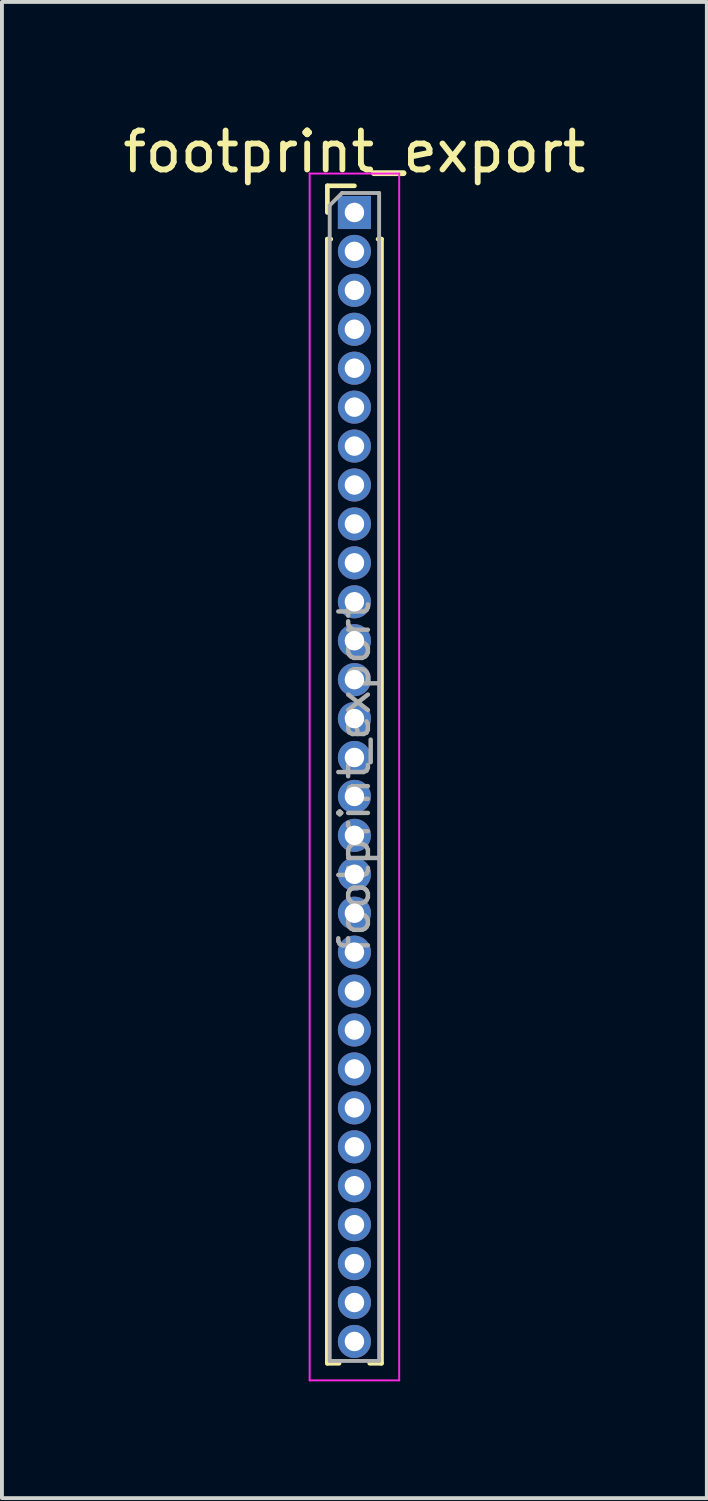
<source format=kicad_pcb>
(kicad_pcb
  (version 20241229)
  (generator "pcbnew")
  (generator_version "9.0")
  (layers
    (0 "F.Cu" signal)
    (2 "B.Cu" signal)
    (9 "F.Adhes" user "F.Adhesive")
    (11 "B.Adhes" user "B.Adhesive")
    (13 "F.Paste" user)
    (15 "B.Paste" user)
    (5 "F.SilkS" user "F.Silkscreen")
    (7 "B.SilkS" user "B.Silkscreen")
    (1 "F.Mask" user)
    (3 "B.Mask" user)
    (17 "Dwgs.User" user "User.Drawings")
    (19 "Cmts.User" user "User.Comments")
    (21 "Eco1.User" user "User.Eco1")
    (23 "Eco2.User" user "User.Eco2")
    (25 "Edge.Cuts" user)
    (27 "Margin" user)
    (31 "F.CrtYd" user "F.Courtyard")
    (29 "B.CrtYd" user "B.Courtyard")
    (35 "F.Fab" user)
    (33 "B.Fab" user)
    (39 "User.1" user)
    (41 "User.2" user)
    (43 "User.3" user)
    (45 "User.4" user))
  (footprint "footprint_export"
    (layer "F.Cu")
    (at 6.054 2.408)
    (property "Reference" "footprint_export" (at 0 -1.56 0) (layer "F.SilkS") (effects (font (size 1 1) (thickness 0.15))))
    (attr through_hole)
    (fp_line (start -0.695 -0.685) (end 0 -0.685) (stroke (width 0.12) (type solid)) (layer "F.SilkS"))
    (fp_line (start -0.695 0) (end -0.695 -0.685) (stroke (width 0.12) (type solid)) (layer "F.SilkS"))
    (fp_line (start -0.695 0.685) (end -0.695 29.56) (stroke (width 0.12) (type solid)) (layer "F.SilkS"))
    (fp_line (start -0.695 0.685) (end -0.608 0.685) (stroke (width 0.12) (type solid)) (layer "F.SilkS"))
    (fp_line (start -0.695 29.56) (end -0.394 29.56) (stroke (width 0.12) (type solid)) (layer "F.SilkS"))
    (fp_line (start 0.394 29.56) (end 0.695 29.56) (stroke (width 0.12) (type solid)) (layer "F.SilkS"))
    (fp_line (start 0.608 0.685) (end 0.695 0.685) (stroke (width 0.12) (type solid)) (layer "F.SilkS"))
    (fp_line (start 0.695 0.685) (end 0.695 29.56) (stroke (width 0.12) (type solid)) (layer "F.SilkS"))
    (fp_line (start -1.15 -1) (end -1.15 30) (stroke (width 0.05) (type solid)) (layer "F.CrtYd"))
    (fp_line (start -1.15 30) (end 1.15 30) (stroke (width 0.05) (type solid)) (layer "F.CrtYd"))
    (fp_line (start 1.15 -1) (end -1.15 -1) (stroke (width 0.05) (type solid)) (layer "F.CrtYd"))
    (fp_line (start 1.15 30) (end 1.15 -1) (stroke (width 0.05) (type solid)) (layer "F.CrtYd"))
    (fp_line (start -0.635 -0.182) (end -0.318 -0.5) (stroke (width 0.1) (type solid)) (layer "F.Fab"))
    (fp_line (start -0.635 29.5) (end -0.635 -0.182) (stroke (width 0.1) (type solid)) (layer "F.Fab"))
    (fp_line (start -0.318 -0.5) (end 0.635 -0.5) (stroke (width 0.1) (type solid)) (layer "F.Fab"))
    (fp_line (start 0.635 -0.5) (end 0.635 29.5) (stroke (width 0.1) (type solid)) (layer "F.Fab"))
    (fp_line (start 0.635 29.5) (end -0.635 29.5) (stroke (width 0.1) (type solid)) (layer "F.Fab"))
    (fp_text user "${REFERENCE}" (at 0 14.5 90) (layer "F.Fab") (effects (font (size 0.76 0.76) (thickness 0.114))))
    (pad "1" thru_hole rect (at 0 0) (size 0.85 0.85) (drill 0.5) (layers "*.Cu" "*.Mask"))
    (pad "2" thru_hole oval (at 0 1) (size 0.85 0.85) (drill 0.5) (layers "*.Cu" "*.Mask"))
    (pad "3" thru_hole oval (at 0 2) (size 0.85 0.85) (drill 0.5) (layers "*.Cu" "*.Mask"))
    (pad "4" thru_hole oval (at 0 3) (size 0.85 0.85) (drill 0.5) (layers "*.Cu" "*.Mask"))
    (pad "5" thru_hole oval (at 0 4) (size 0.85 0.85) (drill 0.5) (layers "*.Cu" "*.Mask"))
    (pad "6" thru_hole oval (at 0 5) (size 0.85 0.85) (drill 0.5) (layers "*.Cu" "*.Mask"))
    (pad "7" thru_hole oval (at 0 6) (size 0.85 0.85) (drill 0.5) (layers "*.Cu" "*.Mask"))
    (pad "8" thru_hole oval (at 0 7) (size 0.85 0.85) (drill 0.5) (layers "*.Cu" "*.Mask"))
    (pad "9" thru_hole oval (at 0 8) (size 0.85 0.85) (drill 0.5) (layers "*.Cu" "*.Mask"))
    (pad "10" thru_hole oval (at 0 9) (size 0.85 0.85) (drill 0.5) (layers "*.Cu" "*.Mask"))
    (pad "11" thru_hole oval (at 0 10) (size 0.85 0.85) (drill 0.5) (layers "*.Cu" "*.Mask"))
    (pad "12" thru_hole oval (at 0 11) (size 0.85 0.85) (drill 0.5) (layers "*.Cu" "*.Mask"))
    (pad "13" thru_hole oval (at 0 12) (size 0.85 0.85) (drill 0.5) (layers "*.Cu" "*.Mask"))
    (pad "14" thru_hole oval (at 0 13) (size 0.85 0.85) (drill 0.5) (layers "*.Cu" "*.Mask"))
    (pad "15" thru_hole oval (at 0 14) (size 0.85 0.85) (drill 0.5) (layers "*.Cu" "*.Mask"))
    (pad "16" thru_hole oval (at 0 15) (size 0.85 0.85) (drill 0.5) (layers "*.Cu" "*.Mask"))
    (pad "17" thru_hole oval (at 0 16) (size 0.85 0.85) (drill 0.5) (layers "*.Cu" "*.Mask"))
    (pad "18" thru_hole oval (at 0 17) (size 0.85 0.85) (drill 0.5) (layers "*.Cu" "*.Mask"))
    (pad "19" thru_hole oval (at 0 18) (size 0.85 0.85) (drill 0.5) (layers "*.Cu" "*.Mask"))
    (pad "20" thru_hole oval (at 0 19) (size 0.85 0.85) (drill 0.5) (layers "*.Cu" "*.Mask"))
    (pad "21" thru_hole oval (at 0 20) (size 0.85 0.85) (drill 0.5) (layers "*.Cu" "*.Mask"))
    (pad "22" thru_hole oval (at 0 21) (size 0.85 0.85) (drill 0.5) (layers "*.Cu" "*.Mask"))
    (pad "23" thru_hole oval (at 0 22) (size 0.85 0.85) (drill 0.5) (layers "*.Cu" "*.Mask"))
    (pad "24" thru_hole oval (at 0 23) (size 0.85 0.85) (drill 0.5) (layers "*.Cu" "*.Mask"))
    (pad "25" thru_hole oval (at 0 24) (size 0.85 0.85) (drill 0.5) (layers "*.Cu" "*.Mask"))
    (pad "26" thru_hole oval (at 0 25) (size 0.85 0.85) (drill 0.5) (layers "*.Cu" "*.Mask"))
    (pad "27" thru_hole oval (at 0 26) (size 0.85 0.85) (drill 0.5) (layers "*.Cu" "*.Mask"))
    (pad "28" thru_hole oval (at 0 27) (size 0.85 0.85) (drill 0.5) (layers "*.Cu" "*.Mask"))
    (pad "29" thru_hole oval (at 0 28) (size 0.85 0.85) (drill 0.5) (layers "*.Cu" "*.Mask"))
    (pad "30" thru_hole oval (at 0 29) (size 0.85 0.85) (drill 0.5) (layers "*.Cu" "*.Mask")))
  (gr_rect
    (start -3 -3)
    (end 15.107 35.433)
    (stroke (width 0.1) (type default))
    (fill no)
    (layer "Edge.Cuts")))
</source>
